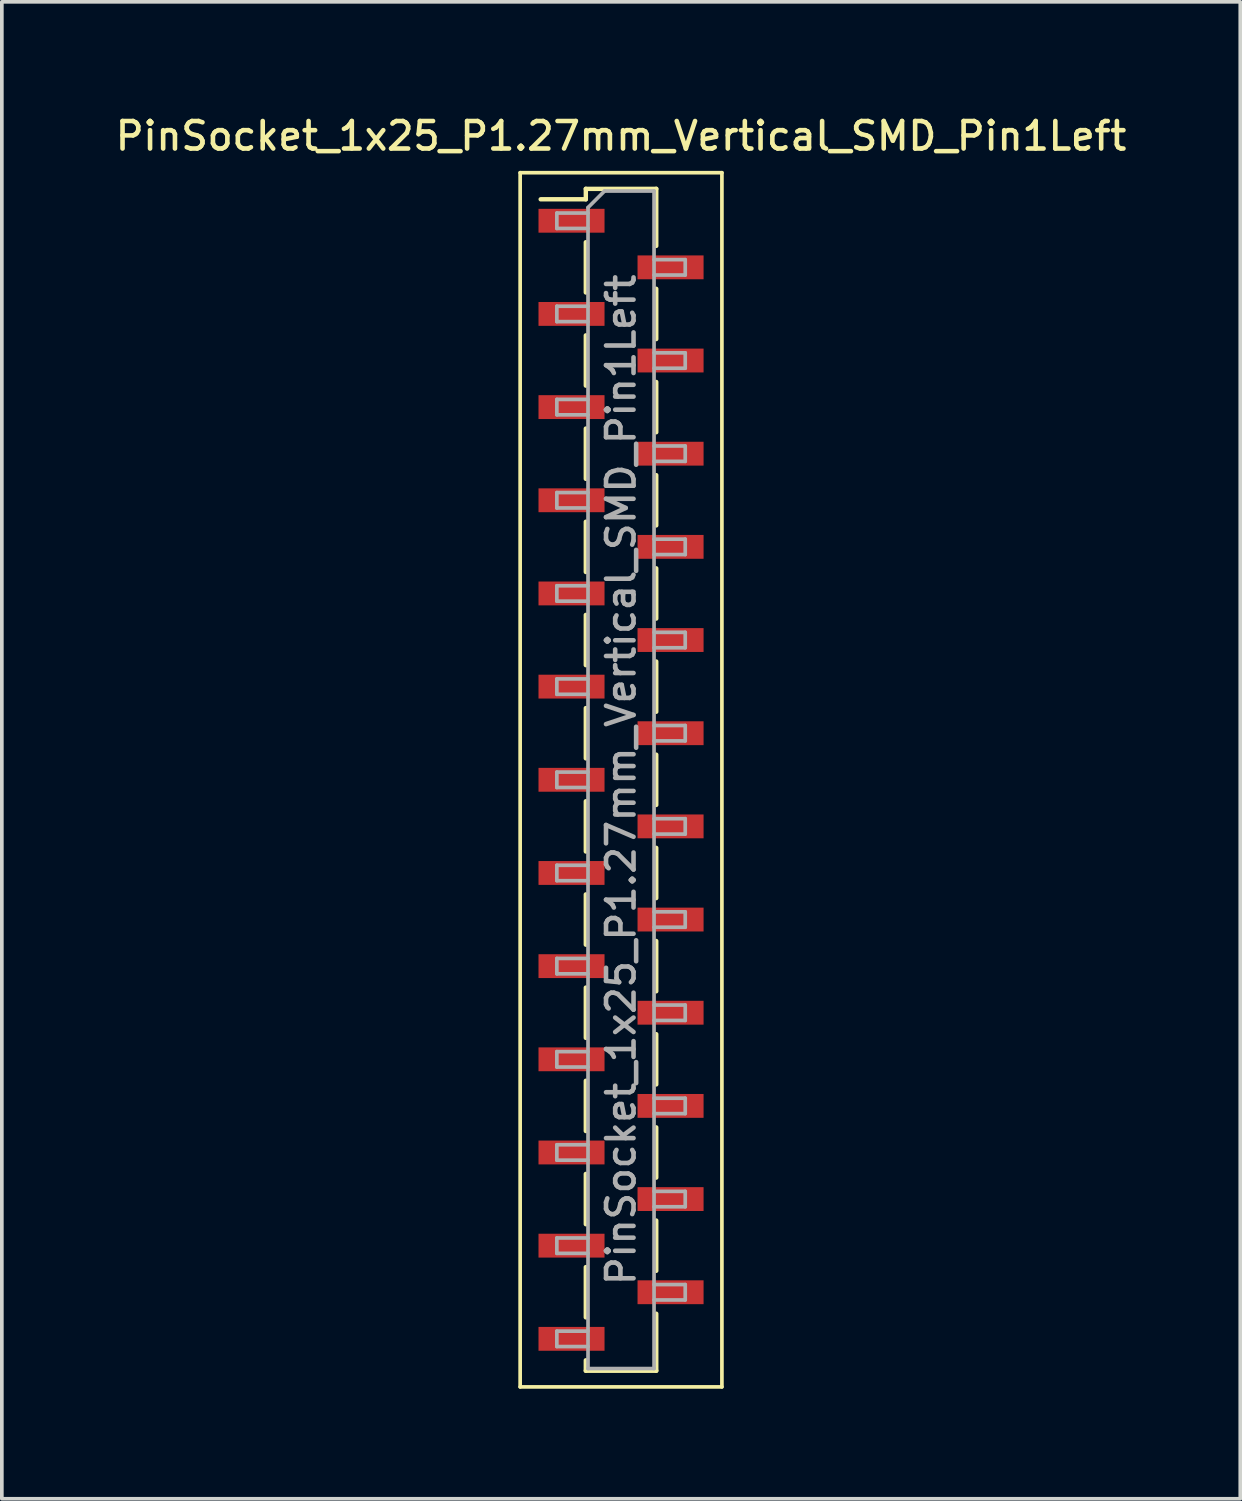
<source format=kicad_pcb>
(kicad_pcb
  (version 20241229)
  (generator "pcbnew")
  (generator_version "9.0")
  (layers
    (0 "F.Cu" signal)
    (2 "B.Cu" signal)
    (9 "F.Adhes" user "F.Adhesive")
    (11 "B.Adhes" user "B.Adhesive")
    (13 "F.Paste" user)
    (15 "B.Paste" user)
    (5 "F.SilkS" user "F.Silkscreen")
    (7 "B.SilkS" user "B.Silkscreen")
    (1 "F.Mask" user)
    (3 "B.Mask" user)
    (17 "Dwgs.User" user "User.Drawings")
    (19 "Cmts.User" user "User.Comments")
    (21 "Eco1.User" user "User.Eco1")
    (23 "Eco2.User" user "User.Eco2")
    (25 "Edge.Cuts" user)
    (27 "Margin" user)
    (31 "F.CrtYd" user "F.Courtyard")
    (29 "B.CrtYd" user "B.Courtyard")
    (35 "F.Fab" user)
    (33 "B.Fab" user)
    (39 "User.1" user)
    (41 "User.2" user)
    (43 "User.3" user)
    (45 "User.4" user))
  (footprint "PinSocket_1x25_P1.27mm_Vertical_SMD_Pin1Left"
    (layer "F.Cu")
    (at 13.88 18.208)
    (property "Reference" "PinSocket_1x25_P1.27mm_Vertical_SMD_Pin1Left" (at 0 -17.55 0) (layer "F.SilkS") (effects (font (size 0.75 0.75) (thickness 0.125))))
    (attr smd)
    (fp_line (start -2.75 -16.55) (end 2.75 -16.55) (stroke (width 0.1) (type solid)) (layer "F.SilkS"))
    (fp_line (start -2.75 16.55) (end -2.75 -16.55) (stroke (width 0.1) (type solid)) (layer "F.SilkS"))
    (fp_line (start -2.19 -15.825) (end -0.96 -15.825) (stroke (width 0.12) (type solid)) (layer "F.SilkS"))
    (fp_line (start -0.96 -16.11) (end -0.96 -15.825) (stroke (width 0.12) (type solid)) (layer "F.SilkS"))
    (fp_line (start -0.96 -16.11) (end 0.96 -16.11) (stroke (width 0.12) (type solid)) (layer "F.SilkS"))
    (fp_line (start -0.96 -14.655) (end -0.96 -13.285) (stroke (width 0.12) (type solid)) (layer "F.SilkS"))
    (fp_line (start -0.96 -12.115) (end -0.96 -10.745) (stroke (width 0.12) (type solid)) (layer "F.SilkS"))
    (fp_line (start -0.96 -9.575) (end -0.96 -8.205) (stroke (width 0.12) (type solid)) (layer "F.SilkS"))
    (fp_line (start -0.96 -7.035) (end -0.96 -5.665) (stroke (width 0.12) (type solid)) (layer "F.SilkS"))
    (fp_line (start -0.96 -4.495) (end -0.96 -3.125) (stroke (width 0.12) (type solid)) (layer "F.SilkS"))
    (fp_line (start -0.96 -1.955) (end -0.96 -0.585) (stroke (width 0.12) (type solid)) (layer "F.SilkS"))
    (fp_line (start -0.96 0.585) (end -0.96 1.955) (stroke (width 0.12) (type solid)) (layer "F.SilkS"))
    (fp_line (start -0.96 3.125) (end -0.96 4.495) (stroke (width 0.12) (type solid)) (layer "F.SilkS"))
    (fp_line (start -0.96 5.665) (end -0.96 7.035) (stroke (width 0.12) (type solid)) (layer "F.SilkS"))
    (fp_line (start -0.96 8.205) (end -0.96 9.575) (stroke (width 0.12) (type solid)) (layer "F.SilkS"))
    (fp_line (start -0.96 10.745) (end -0.96 12.115) (stroke (width 0.12) (type solid)) (layer "F.SilkS"))
    (fp_line (start -0.96 13.285) (end -0.96 14.655) (stroke (width 0.12) (type solid)) (layer "F.SilkS"))
    (fp_line (start -0.96 15.825) (end -0.96 16.11) (stroke (width 0.12) (type solid)) (layer "F.SilkS"))
    (fp_line (start -0.96 16.11) (end 0.96 16.11) (stroke (width 0.12) (type solid)) (layer "F.SilkS"))
    (fp_line (start 0.96 -16.11) (end 0.96 -14.555) (stroke (width 0.12) (type solid)) (layer "F.SilkS"))
    (fp_line (start 0.96 -13.385) (end 0.96 -12.015) (stroke (width 0.12) (type solid)) (layer "F.SilkS"))
    (fp_line (start 0.96 -10.845) (end 0.96 -9.475) (stroke (width 0.12) (type solid)) (layer "F.SilkS"))
    (fp_line (start 0.96 -8.305) (end 0.96 -6.935) (stroke (width 0.12) (type solid)) (layer "F.SilkS"))
    (fp_line (start 0.96 -5.765) (end 0.96 -4.395) (stroke (width 0.12) (type solid)) (layer "F.SilkS"))
    (fp_line (start 0.96 -3.225) (end 0.96 -1.855) (stroke (width 0.12) (type solid)) (layer "F.SilkS"))
    (fp_line (start 0.96 -0.685) (end 0.96 0.685) (stroke (width 0.12) (type solid)) (layer "F.SilkS"))
    (fp_line (start 0.96 1.855) (end 0.96 3.225) (stroke (width 0.12) (type solid)) (layer "F.SilkS"))
    (fp_line (start 0.96 4.395) (end 0.96 5.765) (stroke (width 0.12) (type solid)) (layer "F.SilkS"))
    (fp_line (start 0.96 6.935) (end 0.96 8.305) (stroke (width 0.12) (type solid)) (layer "F.SilkS"))
    (fp_line (start 0.96 9.475) (end 0.96 10.845) (stroke (width 0.12) (type solid)) (layer "F.SilkS"))
    (fp_line (start 0.96 12.015) (end 0.96 13.385) (stroke (width 0.12) (type solid)) (layer "F.SilkS"))
    (fp_line (start 0.96 14.555) (end 0.96 16.11) (stroke (width 0.12) (type solid)) (layer "F.SilkS"))
    (fp_line (start 2.75 -16.55) (end 2.75 16.55) (stroke (width 0.1) (type solid)) (layer "F.SilkS"))
    (fp_line (start 2.75 16.55) (end -2.75 16.55) (stroke (width 0.1) (type solid)) (layer "F.SilkS"))
    (fp_line (start -1.75 -15.45) (end -0.9 -15.45) (stroke (width 0.1) (type solid)) (layer "F.Fab"))
    (fp_line (start -1.75 -15.03) (end -1.75 -15.45) (stroke (width 0.1) (type solid)) (layer "F.Fab"))
    (fp_line (start -1.75 -12.91) (end -0.9 -12.91) (stroke (width 0.1) (type solid)) (layer "F.Fab"))
    (fp_line (start -1.75 -12.49) (end -1.75 -12.91) (stroke (width 0.1) (type solid)) (layer "F.Fab"))
    (fp_line (start -1.75 -10.37) (end -0.9 -10.37) (stroke (width 0.1) (type solid)) (layer "F.Fab"))
    (fp_line (start -1.75 -9.95) (end -1.75 -10.37) (stroke (width 0.1) (type solid)) (layer "F.Fab"))
    (fp_line (start -1.75 -7.83) (end -0.9 -7.83) (stroke (width 0.1) (type solid)) (layer "F.Fab"))
    (fp_line (start -1.75 -7.41) (end -1.75 -7.83) (stroke (width 0.1) (type solid)) (layer "F.Fab"))
    (fp_line (start -1.75 -5.29) (end -0.9 -5.29) (stroke (width 0.1) (type solid)) (layer "F.Fab"))
    (fp_line (start -1.75 -4.87) (end -1.75 -5.29) (stroke (width 0.1) (type solid)) (layer "F.Fab"))
    (fp_line (start -1.75 -2.75) (end -0.9 -2.75) (stroke (width 0.1) (type solid)) (layer "F.Fab"))
    (fp_line (start -1.75 -2.33) (end -1.75 -2.75) (stroke (width 0.1) (type solid)) (layer "F.Fab"))
    (fp_line (start -1.75 -0.21) (end -0.9 -0.21) (stroke (width 0.1) (type solid)) (layer "F.Fab"))
    (fp_line (start -1.75 0.21) (end -1.75 -0.21) (stroke (width 0.1) (type solid)) (layer "F.Fab"))
    (fp_line (start -1.75 2.33) (end -0.9 2.33) (stroke (width 0.1) (type solid)) (layer "F.Fab"))
    (fp_line (start -1.75 2.75) (end -1.75 2.33) (stroke (width 0.1) (type solid)) (layer "F.Fab"))
    (fp_line (start -1.75 4.87) (end -0.9 4.87) (stroke (width 0.1) (type solid)) (layer "F.Fab"))
    (fp_line (start -1.75 5.29) (end -1.75 4.87) (stroke (width 0.1) (type solid)) (layer "F.Fab"))
    (fp_line (start -1.75 7.41) (end -0.9 7.41) (stroke (width 0.1) (type solid)) (layer "F.Fab"))
    (fp_line (start -1.75 7.83) (end -1.75 7.41) (stroke (width 0.1) (type solid)) (layer "F.Fab"))
    (fp_line (start -1.75 9.95) (end -0.9 9.95) (stroke (width 0.1) (type solid)) (layer "F.Fab"))
    (fp_line (start -1.75 10.37) (end -1.75 9.95) (stroke (width 0.1) (type solid)) (layer "F.Fab"))
    (fp_line (start -1.75 12.49) (end -0.9 12.49) (stroke (width 0.1) (type solid)) (layer "F.Fab"))
    (fp_line (start -1.75 12.91) (end -1.75 12.49) (stroke (width 0.1) (type solid)) (layer "F.Fab"))
    (fp_line (start -1.75 15.03) (end -0.9 15.03) (stroke (width 0.1) (type solid)) (layer "F.Fab"))
    (fp_line (start -1.75 15.45) (end -1.75 15.03) (stroke (width 0.1) (type solid)) (layer "F.Fab"))
    (fp_line (start -0.9 -15.6) (end -0.45 -16.05) (stroke (width 0.1) (type solid)) (layer "F.Fab"))
    (fp_line (start -0.9 -15.03) (end -1.75 -15.03) (stroke (width 0.1) (type solid)) (layer "F.Fab"))
    (fp_line (start -0.9 -12.49) (end -1.75 -12.49) (stroke (width 0.1) (type solid)) (layer "F.Fab"))
    (fp_line (start -0.9 -9.95) (end -1.75 -9.95) (stroke (width 0.1) (type solid)) (layer "F.Fab"))
    (fp_line (start -0.9 -7.41) (end -1.75 -7.41) (stroke (width 0.1) (type solid)) (layer "F.Fab"))
    (fp_line (start -0.9 -4.87) (end -1.75 -4.87) (stroke (width 0.1) (type solid)) (layer "F.Fab"))
    (fp_line (start -0.9 -2.33) (end -1.75 -2.33) (stroke (width 0.1) (type solid)) (layer "F.Fab"))
    (fp_line (start -0.9 0.21) (end -1.75 0.21) (stroke (width 0.1) (type solid)) (layer "F.Fab"))
    (fp_line (start -0.9 2.75) (end -1.75 2.75) (stroke (width 0.1) (type solid)) (layer "F.Fab"))
    (fp_line (start -0.9 5.29) (end -1.75 5.29) (stroke (width 0.1) (type solid)) (layer "F.Fab"))
    (fp_line (start -0.9 7.83) (end -1.75 7.83) (stroke (width 0.1) (type solid)) (layer "F.Fab"))
    (fp_line (start -0.9 10.37) (end -1.75 10.37) (stroke (width 0.1) (type solid)) (layer "F.Fab"))
    (fp_line (start -0.9 12.91) (end -1.75 12.91) (stroke (width 0.1) (type solid)) (layer "F.Fab"))
    (fp_line (start -0.9 15.45) (end -1.75 15.45) (stroke (width 0.1) (type solid)) (layer "F.Fab"))
    (fp_line (start -0.9 16.05) (end -0.9 -15.6) (stroke (width 0.1) (type solid)) (layer "F.Fab"))
    (fp_line (start -0.45 -16.05) (end 0.9 -16.05) (stroke (width 0.1) (type solid)) (layer "F.Fab"))
    (fp_line (start 0.9 -16.05) (end 0.9 16.05) (stroke (width 0.1) (type solid)) (layer "F.Fab"))
    (fp_line (start 0.9 -14.18) (end 1.75 -14.18) (stroke (width 0.1) (type solid)) (layer "F.Fab"))
    (fp_line (start 0.9 -11.64) (end 1.75 -11.64) (stroke (width 0.1) (type solid)) (layer "F.Fab"))
    (fp_line (start 0.9 -9.1) (end 1.75 -9.1) (stroke (width 0.1) (type solid)) (layer "F.Fab"))
    (fp_line (start 0.9 -6.56) (end 1.75 -6.56) (stroke (width 0.1) (type solid)) (layer "F.Fab"))
    (fp_line (start 0.9 -4.02) (end 1.75 -4.02) (stroke (width 0.1) (type solid)) (layer "F.Fab"))
    (fp_line (start 0.9 -1.48) (end 1.75 -1.48) (stroke (width 0.1) (type solid)) (layer "F.Fab"))
    (fp_line (start 0.9 1.06) (end 1.75 1.06) (stroke (width 0.1) (type solid)) (layer "F.Fab"))
    (fp_line (start 0.9 3.6) (end 1.75 3.6) (stroke (width 0.1) (type solid)) (layer "F.Fab"))
    (fp_line (start 0.9 6.14) (end 1.75 6.14) (stroke (width 0.1) (type solid)) (layer "F.Fab"))
    (fp_line (start 0.9 8.68) (end 1.75 8.68) (stroke (width 0.1) (type solid)) (layer "F.Fab"))
    (fp_line (start 0.9 11.22) (end 1.75 11.22) (stroke (width 0.1) (type solid)) (layer "F.Fab"))
    (fp_line (start 0.9 13.76) (end 1.75 13.76) (stroke (width 0.1) (type solid)) (layer "F.Fab"))
    (fp_line (start 0.9 16.05) (end -0.9 16.05) (stroke (width 0.1) (type solid)) (layer "F.Fab"))
    (fp_line (start 1.75 -14.18) (end 1.75 -13.76) (stroke (width 0.1) (type solid)) (layer "F.Fab"))
    (fp_line (start 1.75 -13.76) (end 0.9 -13.76) (stroke (width 0.1) (type solid)) (layer "F.Fab"))
    (fp_line (start 1.75 -11.64) (end 1.75 -11.22) (stroke (width 0.1) (type solid)) (layer "F.Fab"))
    (fp_line (start 1.75 -11.22) (end 0.9 -11.22) (stroke (width 0.1) (type solid)) (layer "F.Fab"))
    (fp_line (start 1.75 -9.1) (end 1.75 -8.68) (stroke (width 0.1) (type solid)) (layer "F.Fab"))
    (fp_line (start 1.75 -8.68) (end 0.9 -8.68) (stroke (width 0.1) (type solid)) (layer "F.Fab"))
    (fp_line (start 1.75 -6.56) (end 1.75 -6.14) (stroke (width 0.1) (type solid)) (layer "F.Fab"))
    (fp_line (start 1.75 -6.14) (end 0.9 -6.14) (stroke (width 0.1) (type solid)) (layer "F.Fab"))
    (fp_line (start 1.75 -4.02) (end 1.75 -3.6) (stroke (width 0.1) (type solid)) (layer "F.Fab"))
    (fp_line (start 1.75 -3.6) (end 0.9 -3.6) (stroke (width 0.1) (type solid)) (layer "F.Fab"))
    (fp_line (start 1.75 -1.48) (end 1.75 -1.06) (stroke (width 0.1) (type solid)) (layer "F.Fab"))
    (fp_line (start 1.75 -1.06) (end 0.9 -1.06) (stroke (width 0.1) (type solid)) (layer "F.Fab"))
    (fp_line (start 1.75 1.06) (end 1.75 1.48) (stroke (width 0.1) (type solid)) (layer "F.Fab"))
    (fp_line (start 1.75 1.48) (end 0.9 1.48) (stroke (width 0.1) (type solid)) (layer "F.Fab"))
    (fp_line (start 1.75 3.6) (end 1.75 4.02) (stroke (width 0.1) (type solid)) (layer "F.Fab"))
    (fp_line (start 1.75 4.02) (end 0.9 4.02) (stroke (width 0.1) (type solid)) (layer "F.Fab"))
    (fp_line (start 1.75 6.14) (end 1.75 6.56) (stroke (width 0.1) (type solid)) (layer "F.Fab"))
    (fp_line (start 1.75 6.56) (end 0.9 6.56) (stroke (width 0.1) (type solid)) (layer "F.Fab"))
    (fp_line (start 1.75 8.68) (end 1.75 9.1) (stroke (width 0.1) (type solid)) (layer "F.Fab"))
    (fp_line (start 1.75 9.1) (end 0.9 9.1) (stroke (width 0.1) (type solid)) (layer "F.Fab"))
    (fp_line (start 1.75 11.22) (end 1.75 11.64) (stroke (width 0.1) (type solid)) (layer "F.Fab"))
    (fp_line (start 1.75 11.64) (end 0.9 11.64) (stroke (width 0.1) (type solid)) (layer "F.Fab"))
    (fp_line (start 1.75 13.76) (end 1.75 14.18) (stroke (width 0.1) (type solid)) (layer "F.Fab"))
    (fp_line (start 1.75 14.18) (end 0.9 14.18) (stroke (width 0.1) (type solid)) (layer "F.Fab"))
    (fp_text user "${REFERENCE}" (at 0 0 90) (layer "F.Fab") (effects (font (size 0.75 0.75) (thickness 0.125))))
    (pad "1" smd rect (at -1.35 -15.24) (size 1.8 0.65) (layers "F.Cu" "F.Mask" "F.Paste"))
    (pad "2" smd rect (at 1.35 -13.97) (size 1.8 0.65) (layers "F.Cu" "F.Mask" "F.Paste"))
    (pad "3" smd rect (at -1.35 -12.7) (size 1.8 0.65) (layers "F.Cu" "F.Mask" "F.Paste"))
    (pad "4" smd rect (at 1.35 -11.43) (size 1.8 0.65) (layers "F.Cu" "F.Mask" "F.Paste"))
    (pad "5" smd rect (at -1.35 -10.16) (size 1.8 0.65) (layers "F.Cu" "F.Mask" "F.Paste"))
    (pad "6" smd rect (at 1.35 -8.89) (size 1.8 0.65) (layers "F.Cu" "F.Mask" "F.Paste"))
    (pad "7" smd rect (at -1.35 -7.62) (size 1.8 0.65) (layers "F.Cu" "F.Mask" "F.Paste"))
    (pad "8" smd rect (at 1.35 -6.35) (size 1.8 0.65) (layers "F.Cu" "F.Mask" "F.Paste"))
    (pad "9" smd rect (at -1.35 -5.08) (size 1.8 0.65) (layers "F.Cu" "F.Mask" "F.Paste"))
    (pad "10" smd rect (at 1.35 -3.81) (size 1.8 0.65) (layers "F.Cu" "F.Mask" "F.Paste"))
    (pad "11" smd rect (at -1.35 -2.54) (size 1.8 0.65) (layers "F.Cu" "F.Mask" "F.Paste"))
    (pad "12" smd rect (at 1.35 -1.27) (size 1.8 0.65) (layers "F.Cu" "F.Mask" "F.Paste"))
    (pad "13" smd rect (at -1.35 0) (size 1.8 0.65) (layers "F.Cu" "F.Mask" "F.Paste"))
    (pad "14" smd rect (at 1.35 1.27) (size 1.8 0.65) (layers "F.Cu" "F.Mask" "F.Paste"))
    (pad "15" smd rect (at -1.35 2.54) (size 1.8 0.65) (layers "F.Cu" "F.Mask" "F.Paste"))
    (pad "16" smd rect (at 1.35 3.81) (size 1.8 0.65) (layers "F.Cu" "F.Mask" "F.Paste"))
    (pad "17" smd rect (at -1.35 5.08) (size 1.8 0.65) (layers "F.Cu" "F.Mask" "F.Paste"))
    (pad "18" smd rect (at 1.35 6.35) (size 1.8 0.65) (layers "F.Cu" "F.Mask" "F.Paste"))
    (pad "19" smd rect (at -1.35 7.62) (size 1.8 0.65) (layers "F.Cu" "F.Mask" "F.Paste"))
    (pad "20" smd rect (at 1.35 8.89) (size 1.8 0.65) (layers "F.Cu" "F.Mask" "F.Paste"))
    (pad "21" smd rect (at -1.35 10.16) (size 1.8 0.65) (layers "F.Cu" "F.Mask" "F.Paste"))
    (pad "22" smd rect (at 1.35 11.43) (size 1.8 0.65) (layers "F.Cu" "F.Mask" "F.Paste"))
    (pad "23" smd rect (at -1.35 12.7) (size 1.8 0.65) (layers "F.Cu" "F.Mask" "F.Paste"))
    (pad "24" smd rect (at 1.35 13.97) (size 1.8 0.65) (layers "F.Cu" "F.Mask" "F.Paste"))
    (pad "25" smd rect (at -1.35 15.24) (size 1.8 0.65) (layers "F.Cu" "F.Mask" "F.Paste")))
  (gr_rect
    (start -3 -3)
    (end 30.761 37.808)
    (stroke (width 0.1) (type default))
    (fill no)
    (layer "Edge.Cuts")))
</source>
